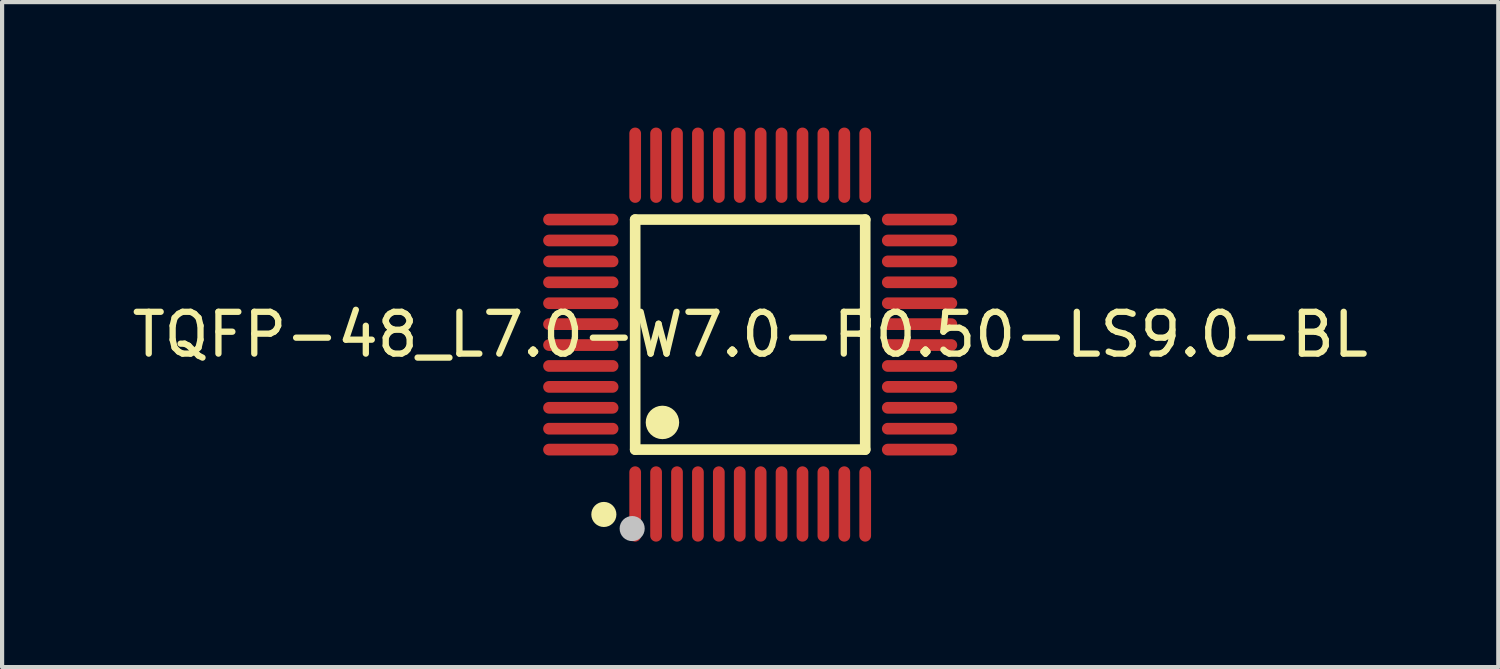
<source format=kicad_pcb>
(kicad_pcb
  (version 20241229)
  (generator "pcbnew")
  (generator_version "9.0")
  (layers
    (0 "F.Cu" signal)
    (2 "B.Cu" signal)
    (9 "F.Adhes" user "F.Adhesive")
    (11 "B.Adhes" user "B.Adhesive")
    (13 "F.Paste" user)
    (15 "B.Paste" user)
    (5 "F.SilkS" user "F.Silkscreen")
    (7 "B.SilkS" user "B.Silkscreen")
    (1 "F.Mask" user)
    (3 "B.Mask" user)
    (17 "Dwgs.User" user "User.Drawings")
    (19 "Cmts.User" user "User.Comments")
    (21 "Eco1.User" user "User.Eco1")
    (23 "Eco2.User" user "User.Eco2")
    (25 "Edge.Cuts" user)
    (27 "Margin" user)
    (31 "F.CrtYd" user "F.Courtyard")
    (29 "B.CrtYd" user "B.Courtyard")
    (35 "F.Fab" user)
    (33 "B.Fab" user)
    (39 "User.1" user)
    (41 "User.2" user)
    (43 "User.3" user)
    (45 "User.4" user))
  (footprint "TQFP-48_L7.0-W7.0-P0.50-LS9.0-BL"
    (layer "F.Cu")
    (at 14.887 4.95)
    (property "Reference" "TQFP-48_L7.0-W7.0-P0.50-LS9.0-BL" (at 0 0 0) (layer "F.SilkS") (effects (font (size 1 1) (thickness 0.15))))
    (fp_line (start -2.75 -2.75) (end 2.75 -2.75) (stroke (width 0.254) (type default)) (layer "F.SilkS"))
    (fp_line (start -2.75 2.75) (end -2.75 -2.75) (stroke (width 0.254) (type default)) (layer "F.SilkS"))
    (fp_line (start 2.75 -2.75) (end 2.75 2.75) (stroke (width 0.254) (type default)) (layer "F.SilkS"))
    (fp_line (start 2.75 2.75) (end -2.75 2.75) (stroke (width 0.254) (type default)) (layer "F.SilkS"))
    (fp_arc (start -3.4975 4.1505) (mid -3.49925 4.450507) (end -3.5 4.1505) (stroke (width 0.3) (type default)) (layer "F.SilkS"))
    (fp_arc (start -2.0955 1.9) (mid -2.098 2.300016) (end -2.1005 1.9) (stroke (width 0.4) (type default)) (layer "F.SilkS"))
    (fp_circle (center -2.822 4.638) (end -2.672 4.638) (stroke (width 0.3) (type default)) (fill no) (layer "Dwgs.User"))
    (fp_poly (pts (xy -3.9 -2.65) (xy -4.5 -2.65) (xy -4.5 -2.85) (xy -3.9 -2.85)) (stroke (width 0.1) (type default)) (fill no) (layer "User.1"))
    (fp_poly (pts (xy -3.9 -2.15) (xy -4.5 -2.15) (xy -4.5 -2.35) (xy -3.9 -2.35)) (stroke (width 0.1) (type default)) (fill no) (layer "User.1"))
    (fp_poly (pts (xy -3.9 -1.65) (xy -4.5 -1.65) (xy -4.5 -1.85) (xy -3.9 -1.85)) (stroke (width 0.1) (type default)) (fill no) (layer "User.1"))
    (fp_poly (pts (xy -3.9 -1.15) (xy -4.5 -1.15) (xy -4.5 -1.35) (xy -3.9 -1.35)) (stroke (width 0.1) (type default)) (fill no) (layer "User.1"))
    (fp_poly (pts (xy -3.9 -0.65) (xy -4.5 -0.65) (xy -4.5 -0.85) (xy -3.9 -0.85)) (stroke (width 0.1) (type default)) (fill no) (layer "User.1"))
    (fp_poly (pts (xy -3.9 -0.15) (xy -4.5 -0.15) (xy -4.5 -0.35) (xy -3.9 -0.35)) (stroke (width 0.1) (type default)) (fill no) (layer "User.1"))
    (fp_poly (pts (xy -3.9 0.35) (xy -4.5 0.35) (xy -4.5 0.15) (xy -3.9 0.15)) (stroke (width 0.1) (type default)) (fill no) (layer "User.1"))
    (fp_poly (pts (xy -3.9 0.85) (xy -4.5 0.85) (xy -4.5 0.65) (xy -3.9 0.65)) (stroke (width 0.1) (type default)) (fill no) (layer "User.1"))
    (fp_poly (pts (xy -3.9 1.35) (xy -4.5 1.35) (xy -4.5 1.15) (xy -3.9 1.15)) (stroke (width 0.1) (type default)) (fill no) (layer "User.1"))
    (fp_poly (pts (xy -3.9 1.85) (xy -4.5 1.85) (xy -4.5 1.65) (xy -3.9 1.65)) (stroke (width 0.1) (type default)) (fill no) (layer "User.1"))
    (fp_poly (pts (xy -3.9 2.35) (xy -4.5 2.35) (xy -4.5 2.15) (xy -3.9 2.15)) (stroke (width 0.1) (type default)) (fill no) (layer "User.1"))
    (fp_poly (pts (xy -3.9 2.85) (xy -4.5 2.85) (xy -4.5 2.65) (xy -3.9 2.65)) (stroke (width 0.1) (type default)) (fill no) (layer "User.1"))
    (fp_poly (pts (xy -3.49 -2.65) (xy -3.91 -2.65) (xy -3.91 -2.85) (xy -3.49 -2.85)) (stroke (width 0.1) (type default)) (fill no) (layer "User.1"))
    (fp_poly (pts (xy -3.49 -2.15) (xy -3.91 -2.15) (xy -3.91 -2.35) (xy -3.49 -2.35)) (stroke (width 0.1) (type default)) (fill no) (layer "User.1"))
    (fp_poly (pts (xy -3.49 -1.65) (xy -3.91 -1.65) (xy -3.91 -1.85) (xy -3.49 -1.85)) (stroke (width 0.1) (type default)) (fill no) (layer "User.1"))
    (fp_poly (pts (xy -3.49 -1.15) (xy -3.91 -1.15) (xy -3.91 -1.35) (xy -3.49 -1.35)) (stroke (width 0.1) (type default)) (fill no) (layer "User.1"))
    (fp_poly (pts (xy -3.49 -0.65) (xy -3.91 -0.65) (xy -3.91 -0.85) (xy -3.49 -0.85)) (stroke (width 0.1) (type default)) (fill no) (layer "User.1"))
    (fp_poly (pts (xy -3.49 -0.15) (xy -3.91 -0.15) (xy -3.91 -0.35) (xy -3.49 -0.35)) (stroke (width 0.1) (type default)) (fill no) (layer "User.1"))
    (fp_poly (pts (xy -3.49 0.35) (xy -3.91 0.35) (xy -3.91 0.15) (xy -3.49 0.15)) (stroke (width 0.1) (type default)) (fill no) (layer "User.1"))
    (fp_poly (pts (xy -3.49 0.85) (xy -3.91 0.85) (xy -3.91 0.65) (xy -3.49 0.65)) (stroke (width 0.1) (type default)) (fill no) (layer "User.1"))
    (fp_poly (pts (xy -3.49 1.35) (xy -3.91 1.35) (xy -3.91 1.15) (xy -3.49 1.15)) (stroke (width 0.1) (type default)) (fill no) (layer "User.1"))
    (fp_poly (pts (xy -3.49 1.85) (xy -3.91 1.85) (xy -3.91 1.65) (xy -3.49 1.65)) (stroke (width 0.1) (type default)) (fill no) (layer "User.1"))
    (fp_poly (pts (xy -3.49 2.35) (xy -3.91 2.35) (xy -3.91 2.15) (xy -3.49 2.15)) (stroke (width 0.1) (type default)) (fill no) (layer "User.1"))
    (fp_poly (pts (xy -3.49 2.85) (xy -3.91 2.85) (xy -3.91 2.65) (xy -3.49 2.65)) (stroke (width 0.1) (type default)) (fill no) (layer "User.1"))
    (fp_poly (pts (xy -2.85 -3.9) (xy -2.85 -4.5) (xy -2.65 -4.5) (xy -2.65 -3.9)) (stroke (width 0.1) (type default)) (fill no) (layer "User.1"))
    (fp_poly (pts (xy -2.85 -3.49) (xy -2.85 -3.91) (xy -2.65 -3.91) (xy -2.65 -3.49)) (stroke (width 0.1) (type default)) (fill no) (layer "User.1"))
    (fp_poly (pts (xy -2.85 3.91) (xy -2.85 3.49) (xy -2.65 3.49) (xy -2.65 3.91)) (stroke (width 0.1) (type default)) (fill no) (layer "User.1"))
    (fp_poly (pts (xy -2.85 4.5) (xy -2.85 3.9) (xy -2.65 3.9) (xy -2.65 4.5)) (stroke (width 0.1) (type default)) (fill no) (layer "User.1"))
    (fp_poly (pts (xy -2.35 -3.9) (xy -2.35 -4.5) (xy -2.15 -4.5) (xy -2.15 -3.9)) (stroke (width 0.1) (type default)) (fill no) (layer "User.1"))
    (fp_poly (pts (xy -2.35 -3.49) (xy -2.35 -3.91) (xy -2.15 -3.91) (xy -2.15 -3.49)) (stroke (width 0.1) (type default)) (fill no) (layer "User.1"))
    (fp_poly (pts (xy -2.35 3.91) (xy -2.35 3.49) (xy -2.15 3.49) (xy -2.15 3.91)) (stroke (width 0.1) (type default)) (fill no) (layer "User.1"))
    (fp_poly (pts (xy -2.35 4.5) (xy -2.35 3.9) (xy -2.15 3.9) (xy -2.15 4.5)) (stroke (width 0.1) (type default)) (fill no) (layer "User.1"))
    (fp_poly (pts (xy -1.85 -3.9) (xy -1.85 -4.5) (xy -1.65 -4.5) (xy -1.65 -3.9)) (stroke (width 0.1) (type default)) (fill no) (layer "User.1"))
    (fp_poly (pts (xy -1.85 -3.49) (xy -1.85 -3.91) (xy -1.65 -3.91) (xy -1.65 -3.49)) (stroke (width 0.1) (type default)) (fill no) (layer "User.1"))
    (fp_poly (pts (xy -1.85 3.91) (xy -1.85 3.49) (xy -1.65 3.49) (xy -1.65 3.91)) (stroke (width 0.1) (type default)) (fill no) (layer "User.1"))
    (fp_poly (pts (xy -1.85 4.5) (xy -1.85 3.9) (xy -1.65 3.9) (xy -1.65 4.5)) (stroke (width 0.1) (type default)) (fill no) (layer "User.1"))
    (fp_poly (pts (xy -1.35 -3.9) (xy -1.35 -4.5) (xy -1.15 -4.5) (xy -1.15 -3.9)) (stroke (width 0.1) (type default)) (fill no) (layer "User.1"))
    (fp_poly (pts (xy -1.35 -3.49) (xy -1.35 -3.91) (xy -1.15 -3.91) (xy -1.15 -3.49)) (stroke (width 0.1) (type default)) (fill no) (layer "User.1"))
    (fp_poly (pts (xy -1.35 3.91) (xy -1.35 3.49) (xy -1.15 3.49) (xy -1.15 3.91)) (stroke (width 0.1) (type default)) (fill no) (layer "User.1"))
    (fp_poly (pts (xy -1.35 4.5) (xy -1.35 3.9) (xy -1.15 3.9) (xy -1.15 4.5)) (stroke (width 0.1) (type default)) (fill no) (layer "User.1"))
    (fp_poly (pts (xy -0.85 -3.9) (xy -0.85 -4.5) (xy -0.65 -4.5) (xy -0.65 -3.9)) (stroke (width 0.1) (type default)) (fill no) (layer "User.1"))
    (fp_poly (pts (xy -0.85 -3.49) (xy -0.85 -3.91) (xy -0.65 -3.91) (xy -0.65 -3.49)) (stroke (width 0.1) (type default)) (fill no) (layer "User.1"))
    (fp_poly (pts (xy -0.85 3.91) (xy -0.85 3.49) (xy -0.65 3.49) (xy -0.65 3.91)) (stroke (width 0.1) (type default)) (fill no) (layer "User.1"))
    (fp_poly (pts (xy -0.85 4.5) (xy -0.85 3.9) (xy -0.65 3.9) (xy -0.65 4.5)) (stroke (width 0.1) (type default)) (fill no) (layer "User.1"))
    (fp_poly (pts (xy -0.35 -3.9) (xy -0.35 -4.5) (xy -0.15 -4.5) (xy -0.15 -3.9)) (stroke (width 0.1) (type default)) (fill no) (layer "User.1"))
    (fp_poly (pts (xy -0.35 -3.49) (xy -0.35 -3.91) (xy -0.15 -3.91) (xy -0.15 -3.49)) (stroke (width 0.1) (type default)) (fill no) (layer "User.1"))
    (fp_poly (pts (xy -0.35 3.91) (xy -0.35 3.49) (xy -0.15 3.49) (xy -0.15 3.91)) (stroke (width 0.1) (type default)) (fill no) (layer "User.1"))
    (fp_poly (pts (xy -0.35 4.5) (xy -0.35 3.9) (xy -0.15 3.9) (xy -0.15 4.5)) (stroke (width 0.1) (type default)) (fill no) (layer "User.1"))
    (fp_poly (pts (xy 0.15 -3.9) (xy 0.15 -4.5) (xy 0.35 -4.5) (xy 0.35 -3.9)) (stroke (width 0.1) (type default)) (fill no) (layer "User.1"))
    (fp_poly (pts (xy 0.15 -3.49) (xy 0.15 -3.91) (xy 0.35 -3.91) (xy 0.35 -3.49)) (stroke (width 0.1) (type default)) (fill no) (layer "User.1"))
    (fp_poly (pts (xy 0.15 3.91) (xy 0.15 3.49) (xy 0.35 3.49) (xy 0.35 3.91)) (stroke (width 0.1) (type default)) (fill no) (layer "User.1"))
    (fp_poly (pts (xy 0.15 4.5) (xy 0.15 3.9) (xy 0.35 3.9) (xy 0.35 4.5)) (stroke (width 0.1) (type default)) (fill no) (layer "User.1"))
    (fp_poly (pts (xy 0.65 -3.9) (xy 0.65 -4.5) (xy 0.85 -4.5) (xy 0.85 -3.9)) (stroke (width 0.1) (type default)) (fill no) (layer "User.1"))
    (fp_poly (pts (xy 0.65 -3.49) (xy 0.65 -3.91) (xy 0.85 -3.91) (xy 0.85 -3.49)) (stroke (width 0.1) (type default)) (fill no) (layer "User.1"))
    (fp_poly (pts (xy 0.65 3.91) (xy 0.65 3.49) (xy 0.85 3.49) (xy 0.85 3.91)) (stroke (width 0.1) (type default)) (fill no) (layer "User.1"))
    (fp_poly (pts (xy 0.65 4.5) (xy 0.65 3.9) (xy 0.85 3.9) (xy 0.85 4.5)) (stroke (width 0.1) (type default)) (fill no) (layer "User.1"))
    (fp_poly (pts (xy 1.15 -3.9) (xy 1.15 -4.5) (xy 1.35 -4.5) (xy 1.35 -3.9)) (stroke (width 0.1) (type default)) (fill no) (layer "User.1"))
    (fp_poly (pts (xy 1.15 -3.49) (xy 1.15 -3.91) (xy 1.35 -3.91) (xy 1.35 -3.49)) (stroke (width 0.1) (type default)) (fill no) (layer "User.1"))
    (fp_poly (pts (xy 1.15 3.91) (xy 1.15 3.49) (xy 1.35 3.49) (xy 1.35 3.91)) (stroke (width 0.1) (type default)) (fill no) (layer "User.1"))
    (fp_poly (pts (xy 1.15 4.5) (xy 1.15 3.9) (xy 1.35 3.9) (xy 1.35 4.5)) (stroke (width 0.1) (type default)) (fill no) (layer "User.1"))
    (fp_poly (pts (xy 1.65 -3.9) (xy 1.65 -4.5) (xy 1.85 -4.5) (xy 1.85 -3.9)) (stroke (width 0.1) (type default)) (fill no) (layer "User.1"))
    (fp_poly (pts (xy 1.65 -3.49) (xy 1.65 -3.91) (xy 1.85 -3.91) (xy 1.85 -3.49)) (stroke (width 0.1) (type default)) (fill no) (layer "User.1"))
    (fp_poly (pts (xy 1.65 3.91) (xy 1.65 3.49) (xy 1.85 3.49) (xy 1.85 3.91)) (stroke (width 0.1) (type default)) (fill no) (layer "User.1"))
    (fp_poly (pts (xy 1.65 4.5) (xy 1.65 3.9) (xy 1.85 3.9) (xy 1.85 4.5)) (stroke (width 0.1) (type default)) (fill no) (layer "User.1"))
    (fp_poly (pts (xy 2.15 -3.9) (xy 2.15 -4.5) (xy 2.35 -4.5) (xy 2.35 -3.9)) (stroke (width 0.1) (type default)) (fill no) (layer "User.1"))
    (fp_poly (pts (xy 2.15 -3.49) (xy 2.15 -3.91) (xy 2.35 -3.91) (xy 2.35 -3.49)) (stroke (width 0.1) (type default)) (fill no) (layer "User.1"))
    (fp_poly (pts (xy 2.15 3.91) (xy 2.15 3.49) (xy 2.35 3.49) (xy 2.35 3.91)) (stroke (width 0.1) (type default)) (fill no) (layer "User.1"))
    (fp_poly (pts (xy 2.15 4.5) (xy 2.15 3.9) (xy 2.35 3.9) (xy 2.35 4.5)) (stroke (width 0.1) (type default)) (fill no) (layer "User.1"))
    (fp_poly (pts (xy 2.65 -3.9) (xy 2.65 -4.5) (xy 2.85 -4.5) (xy 2.85 -3.9)) (stroke (width 0.1) (type default)) (fill no) (layer "User.1"))
    (fp_poly (pts (xy 2.65 -3.49) (xy 2.65 -3.91) (xy 2.85 -3.91) (xy 2.85 -3.49)) (stroke (width 0.1) (type default)) (fill no) (layer "User.1"))
    (fp_poly (pts (xy 2.65 3.91) (xy 2.65 3.49) (xy 2.85 3.49) (xy 2.85 3.91)) (stroke (width 0.1) (type default)) (fill no) (layer "User.1"))
    (fp_poly (pts (xy 2.65 4.5) (xy 2.65 3.9) (xy 2.85 3.9) (xy 2.85 4.5)) (stroke (width 0.1) (type default)) (fill no) (layer "User.1"))
    (fp_poly (pts (xy 3.91 -2.65) (xy 3.49 -2.65) (xy 3.49 -2.85) (xy 3.91 -2.85)) (stroke (width 0.1) (type default)) (fill no) (layer "User.1"))
    (fp_poly (pts (xy 3.91 -2.15) (xy 3.49 -2.15) (xy 3.49 -2.35) (xy 3.91 -2.35)) (stroke (width 0.1) (type default)) (fill no) (layer "User.1"))
    (fp_poly (pts (xy 3.91 -1.65) (xy 3.49 -1.65) (xy 3.49 -1.85) (xy 3.91 -1.85)) (stroke (width 0.1) (type default)) (fill no) (layer "User.1"))
    (fp_poly (pts (xy 3.91 -1.15) (xy 3.49 -1.15) (xy 3.49 -1.35) (xy 3.91 -1.35)) (stroke (width 0.1) (type default)) (fill no) (layer "User.1"))
    (fp_poly (pts (xy 3.91 -0.65) (xy 3.49 -0.65) (xy 3.49 -0.85) (xy 3.91 -0.85)) (stroke (width 0.1) (type default)) (fill no) (layer "User.1"))
    (fp_poly (pts (xy 3.91 -0.15) (xy 3.49 -0.15) (xy 3.49 -0.35) (xy 3.91 -0.35)) (stroke (width 0.1) (type default)) (fill no) (layer "User.1"))
    (fp_poly (pts (xy 3.91 0.35) (xy 3.49 0.35) (xy 3.49 0.15) (xy 3.91 0.15)) (stroke (width 0.1) (type default)) (fill no) (layer "User.1"))
    (fp_poly (pts (xy 3.91 0.85) (xy 3.49 0.85) (xy 3.49 0.65) (xy 3.91 0.65)) (stroke (width 0.1) (type default)) (fill no) (layer "User.1"))
    (fp_poly (pts (xy 3.91 1.35) (xy 3.49 1.35) (xy 3.49 1.15) (xy 3.91 1.15)) (stroke (width 0.1) (type default)) (fill no) (layer "User.1"))
    (fp_poly (pts (xy 3.91 1.85) (xy 3.49 1.85) (xy 3.49 1.65) (xy 3.91 1.65)) (stroke (width 0.1) (type default)) (fill no) (layer "User.1"))
    (fp_poly (pts (xy 3.91 2.35) (xy 3.49 2.35) (xy 3.49 2.15) (xy 3.91 2.15)) (stroke (width 0.1) (type default)) (fill no) (layer "User.1"))
    (fp_poly (pts (xy 3.91 2.85) (xy 3.49 2.85) (xy 3.49 2.65) (xy 3.91 2.65)) (stroke (width 0.1) (type default)) (fill no) (layer "User.1"))
    (fp_poly (pts (xy 4.5 -2.65) (xy 3.9 -2.65) (xy 3.9 -2.85) (xy 4.5 -2.85)) (stroke (width 0.1) (type default)) (fill no) (layer "User.1"))
    (fp_poly (pts (xy 4.5 -2.15) (xy 3.9 -2.15) (xy 3.9 -2.35) (xy 4.5 -2.35)) (stroke (width 0.1) (type default)) (fill no) (layer "User.1"))
    (fp_poly (pts (xy 4.5 -1.65) (xy 3.9 -1.65) (xy 3.9 -1.85) (xy 4.5 -1.85)) (stroke (width 0.1) (type default)) (fill no) (layer "User.1"))
    (fp_poly (pts (xy 4.5 -1.15) (xy 3.9 -1.15) (xy 3.9 -1.35) (xy 4.5 -1.35)) (stroke (width 0.1) (type default)) (fill no) (layer "User.1"))
    (fp_poly (pts (xy 4.5 -0.65) (xy 3.9 -0.65) (xy 3.9 -0.85) (xy 4.5 -0.85)) (stroke (width 0.1) (type default)) (fill no) (layer "User.1"))
    (fp_poly (pts (xy 4.5 -0.15) (xy 3.9 -0.15) (xy 3.9 -0.35) (xy 4.5 -0.35)) (stroke (width 0.1) (type default)) (fill no) (layer "User.1"))
    (fp_poly (pts (xy 4.5 0.35) (xy 3.9 0.35) (xy 3.9 0.15) (xy 4.5 0.15)) (stroke (width 0.1) (type default)) (fill no) (layer "User.1"))
    (fp_poly (pts (xy 4.5 0.85) (xy 3.9 0.85) (xy 3.9 0.65) (xy 4.5 0.65)) (stroke (width 0.1) (type default)) (fill no) (layer "User.1"))
    (fp_poly (pts (xy 4.5 1.35) (xy 3.9 1.35) (xy 3.9 1.15) (xy 4.5 1.15)) (stroke (width 0.1) (type default)) (fill no) (layer "User.1"))
    (fp_poly (pts (xy 4.5 1.85) (xy 3.9 1.85) (xy 3.9 1.65) (xy 4.5 1.65)) (stroke (width 0.1) (type default)) (fill no) (layer "User.1"))
    (fp_poly (pts (xy 4.5 2.35) (xy 3.9 2.35) (xy 3.9 2.15) (xy 4.5 2.15)) (stroke (width 0.1) (type default)) (fill no) (layer "User.1"))
    (fp_poly (pts (xy 4.5 2.85) (xy 3.9 2.85) (xy 3.9 2.65) (xy 4.5 2.65)) (stroke (width 0.1) (type default)) (fill no) (layer "User.1"))
    (fp_line (start -3.5 -3.5) (end 3.5 -3.5) (stroke (width 0.051) (type default)) (layer "User.2"))
    (fp_line (start -3.5 3.5) (end -3.5 -3.5) (stroke (width 0.051) (type default)) (layer "User.2"))
    (fp_line (start 3.5 -3.5) (end 3.5 3.5) (stroke (width 0.051) (type default)) (layer "User.2"))
    (fp_line (start 3.5 3.5) (end -3.5 3.5) (stroke (width 0.051) (type default)) (layer "User.2"))
    (fp_poly (pts (xy -4.445 4.477) (xy -4.477 4.445) (xy -4.523 4.445) (xy -4.555 4.477) (xy -4.555 4.523) (xy -4.523 4.555) (xy -4.477 4.555) (xy -4.445 4.523)) (stroke (width 0.1) (type default)) (fill no) (layer "User.3"))
    (pad "1" smd oval (at -2.75 4.05) (size 0.28 1.8) (layers "F.Cu" "F.Mask" "F.Paste"))
    (pad "2" smd oval (at -2.25 4.05) (size 0.28 1.8) (layers "F.Cu" "F.Mask" "F.Paste"))
    (pad "3" smd oval (at -1.75 4.05) (size 0.28 1.8) (layers "F.Cu" "F.Mask" "F.Paste"))
    (pad "4" smd oval (at -1.25 4.05) (size 0.28 1.8) (layers "F.Cu" "F.Mask" "F.Paste"))
    (pad "5" smd oval (at -0.75 4.05) (size 0.28 1.8) (layers "F.Cu" "F.Mask" "F.Paste"))
    (pad "6" smd oval (at -0.25 4.05) (size 0.28 1.8) (layers "F.Cu" "F.Mask" "F.Paste"))
    (pad "7" smd oval (at 0.25 4.05) (size 0.28 1.8) (layers "F.Cu" "F.Mask" "F.Paste"))
    (pad "8" smd oval (at 0.75 4.05) (size 0.28 1.8) (layers "F.Cu" "F.Mask" "F.Paste"))
    (pad "9" smd oval (at 1.25 4.05) (size 0.28 1.8) (layers "F.Cu" "F.Mask" "F.Paste"))
    (pad "10" smd oval (at 1.75 4.05) (size 0.28 1.8) (layers "F.Cu" "F.Mask" "F.Paste"))
    (pad "11" smd oval (at 2.25 4.05) (size 0.28 1.8) (layers "F.Cu" "F.Mask" "F.Paste"))
    (pad "12" smd oval (at 2.75 4.05) (size 0.28 1.8) (layers "F.Cu" "F.Mask" "F.Paste"))
    (pad "13" smd oval (at 4.05 2.75) (size 1.8 0.28) (layers "F.Cu" "F.Mask" "F.Paste"))
    (pad "14" smd oval (at 4.05 2.25) (size 1.8 0.28) (layers "F.Cu" "F.Mask" "F.Paste"))
    (pad "15" smd oval (at 4.05 1.75) (size 1.8 0.28) (layers "F.Cu" "F.Mask" "F.Paste"))
    (pad "16" smd oval (at 4.05 1.25) (size 1.8 0.28) (layers "F.Cu" "F.Mask" "F.Paste"))
    (pad "17" smd oval (at 4.05 0.75) (size 1.8 0.28) (layers "F.Cu" "F.Mask" "F.Paste"))
    (pad "18" smd oval (at 4.05 0.25) (size 1.8 0.28) (layers "F.Cu" "F.Mask" "F.Paste"))
    (pad "19" smd oval (at 4.05 -0.25) (size 1.8 0.28) (layers "F.Cu" "F.Mask" "F.Paste"))
    (pad "20" smd oval (at 4.05 -0.75) (size 1.8 0.28) (layers "F.Cu" "F.Mask" "F.Paste"))
    (pad "21" smd oval (at 4.05 -1.25) (size 1.8 0.28) (layers "F.Cu" "F.Mask" "F.Paste"))
    (pad "22" smd oval (at 4.05 -1.75) (size 1.8 0.28) (layers "F.Cu" "F.Mask" "F.Paste"))
    (pad "23" smd oval (at 4.05 -2.25) (size 1.8 0.28) (layers "F.Cu" "F.Mask" "F.Paste"))
    (pad "24" smd oval (at 4.05 -2.75) (size 1.8 0.28) (layers "F.Cu" "F.Mask" "F.Paste"))
    (pad "25" smd oval (at 2.75 -4.05) (size 0.28 1.8) (layers "F.Cu" "F.Mask" "F.Paste"))
    (pad "26" smd oval (at 2.25 -4.05) (size 0.28 1.8) (layers "F.Cu" "F.Mask" "F.Paste"))
    (pad "27" smd oval (at 1.75 -4.05) (size 0.28 1.8) (layers "F.Cu" "F.Mask" "F.Paste"))
    (pad "28" smd oval (at 1.25 -4.05) (size 0.28 1.8) (layers "F.Cu" "F.Mask" "F.Paste"))
    (pad "29" smd oval (at 0.75 -4.05) (size 0.28 1.8) (layers "F.Cu" "F.Mask" "F.Paste"))
    (pad "30" smd oval (at 0.25 -4.05) (size 0.28 1.8) (layers "F.Cu" "F.Mask" "F.Paste"))
    (pad "31" smd oval (at -0.25 -4.05) (size 0.28 1.8) (layers "F.Cu" "F.Mask" "F.Paste"))
    (pad "32" smd oval (at -0.75 -4.05) (size 0.28 1.8) (layers "F.Cu" "F.Mask" "F.Paste"))
    (pad "33" smd oval (at -1.25 -4.05) (size 0.28 1.8) (layers "F.Cu" "F.Mask" "F.Paste"))
    (pad "34" smd oval (at -1.75 -4.05) (size 0.28 1.8) (layers "F.Cu" "F.Mask" "F.Paste"))
    (pad "35" smd oval (at -2.25 -4.05) (size 0.28 1.8) (layers "F.Cu" "F.Mask" "F.Paste"))
    (pad "36" smd oval (at -2.75 -4.05) (size 0.28 1.8) (layers "F.Cu" "F.Mask" "F.Paste"))
    (pad "37" smd oval (at -4.05 -2.75) (size 1.8 0.28) (layers "F.Cu" "F.Mask" "F.Paste"))
    (pad "38" smd oval (at -4.05 -2.25) (size 1.8 0.28) (layers "F.Cu" "F.Mask" "F.Paste"))
    (pad "39" smd oval (at -4.05 -1.75) (size 1.8 0.28) (layers "F.Cu" "F.Mask" "F.Paste"))
    (pad "40" smd oval (at -4.05 -1.25) (size 1.8 0.28) (layers "F.Cu" "F.Mask" "F.Paste"))
    (pad "41" smd oval (at -4.05 -0.75) (size 1.8 0.28) (layers "F.Cu" "F.Mask" "F.Paste"))
    (pad "42" smd oval (at -4.05 -0.25) (size 1.8 0.28) (layers "F.Cu" "F.Mask" "F.Paste"))
    (pad "43" smd oval (at -4.05 0.25) (size 1.8 0.28) (layers "F.Cu" "F.Mask" "F.Paste"))
    (pad "44" smd oval (at -4.05 0.75) (size 1.8 0.28) (layers "F.Cu" "F.Mask" "F.Paste"))
    (pad "45" smd oval (at -4.05 1.25) (size 1.8 0.28) (layers "F.Cu" "F.Mask" "F.Paste"))
    (pad "46" smd oval (at -4.05 1.75) (size 1.8 0.28) (layers "F.Cu" "F.Mask" "F.Paste"))
    (pad "47" smd oval (at -4.05 2.25) (size 1.8 0.28) (layers "F.Cu" "F.Mask" "F.Paste"))
    (pad "48" smd oval (at -4.05 2.75) (size 1.8 0.28) (layers "F.Cu" "F.Mask" "F.Paste")))
  (gr_rect
    (start -3 -3)
    (end 32.774 12.9)
    (stroke (width 0.1) (type default))
    (fill no)
    (layer "Edge.Cuts")))
</source>
